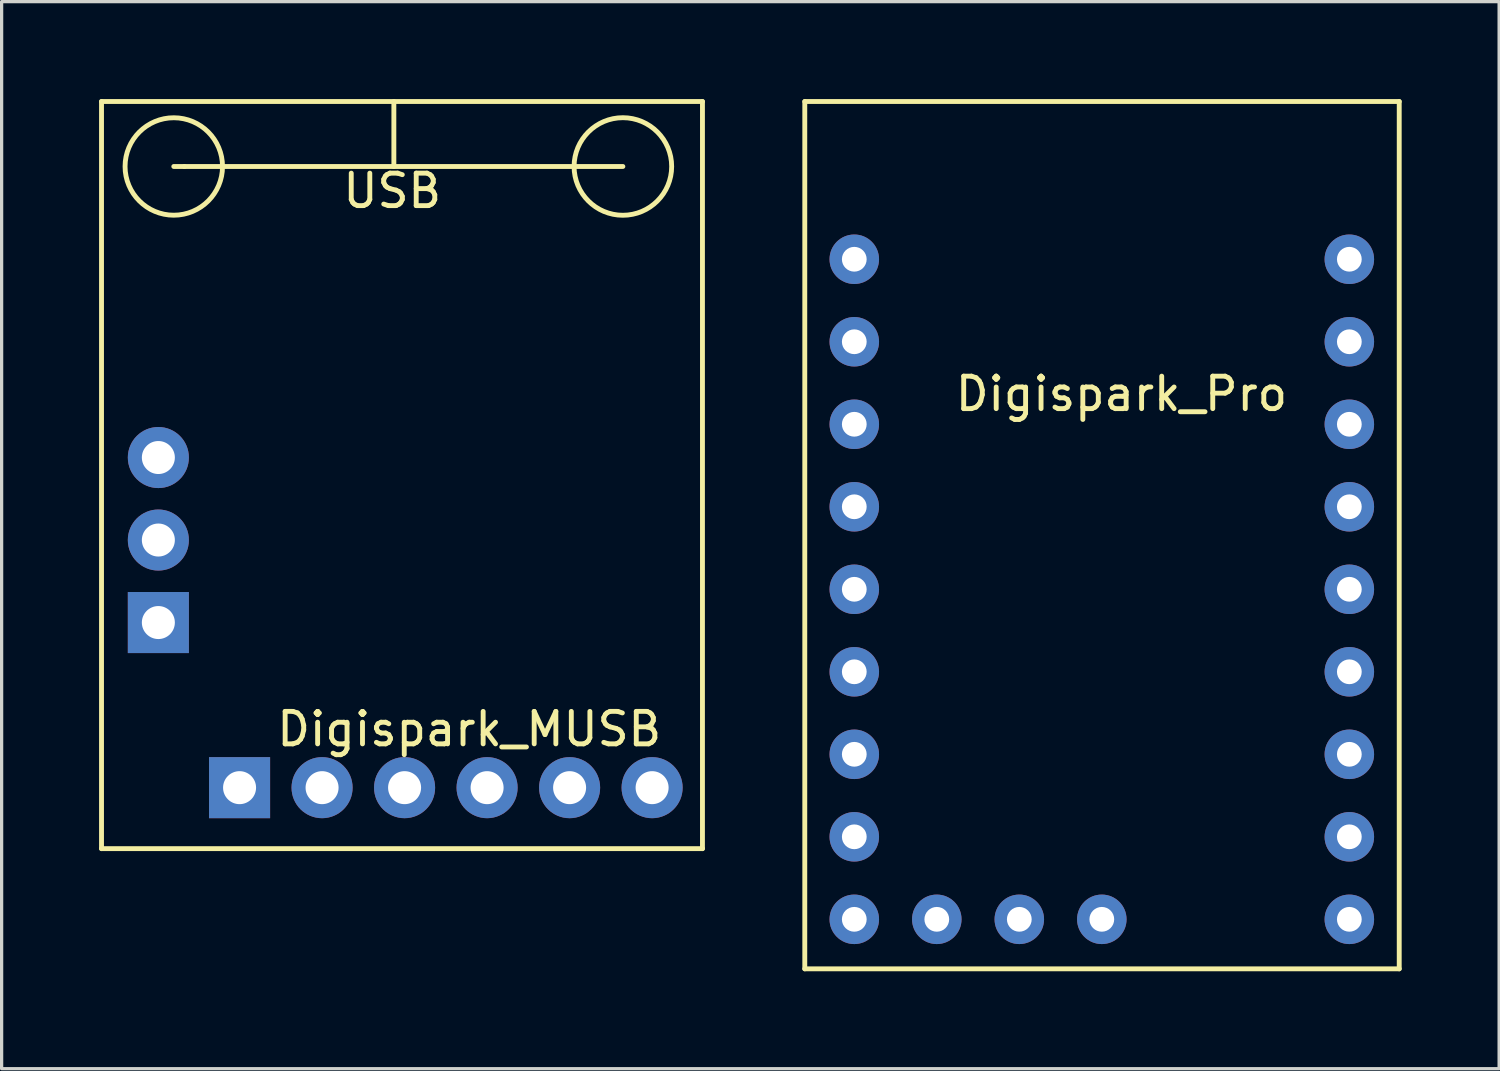
<source format=kicad_pcb>
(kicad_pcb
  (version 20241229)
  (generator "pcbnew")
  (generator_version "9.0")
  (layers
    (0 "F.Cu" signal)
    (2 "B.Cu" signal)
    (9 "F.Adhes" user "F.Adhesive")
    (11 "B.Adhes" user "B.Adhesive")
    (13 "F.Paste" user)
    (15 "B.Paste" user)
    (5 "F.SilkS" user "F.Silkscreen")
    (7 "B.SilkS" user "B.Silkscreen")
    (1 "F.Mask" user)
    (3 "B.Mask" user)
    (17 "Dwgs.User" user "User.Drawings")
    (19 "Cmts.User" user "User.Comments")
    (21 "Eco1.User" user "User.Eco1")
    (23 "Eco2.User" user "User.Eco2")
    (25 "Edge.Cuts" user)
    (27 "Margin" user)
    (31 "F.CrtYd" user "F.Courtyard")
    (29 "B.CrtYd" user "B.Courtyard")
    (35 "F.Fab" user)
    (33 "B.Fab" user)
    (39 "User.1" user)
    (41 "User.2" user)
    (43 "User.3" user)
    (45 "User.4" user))
  (footprint "Digispark_Pro"
    (layer "F.Cu")
    (at 30.825 12.525)
    (property "Reference" "Digispark_Pro" (at 0.65 -3.45 0) (layer "F.SilkS") (effects (font (size 1 1) (thickness 0.15))))
    (attr through_hole)
    (fp_line (start -9.1 -12.45) (end -9.1 14.25) (stroke (width 0.15) (type solid)) (layer "F.SilkS"))
    (fp_line (start -9.1 14.25) (end 9.2 14.25) (stroke (width 0.15) (type solid)) (layer "F.SilkS"))
    (fp_line (start 9.2 -12.45) (end -9.1 -12.45) (stroke (width 0.15) (type solid)) (layer "F.SilkS"))
    (fp_line (start 9.2 14.25) (end 9.2 -12.45) (stroke (width 0.15) (type solid)) (layer "F.SilkS"))
    (pad "0" thru_hole circle (at 7.664 10.186) (size 1.524 1.524) (drill 0.762) (layers "*.Cu" "*.Mask"))
    (pad "1" thru_hole circle (at 7.664 7.646) (size 1.524 1.524) (drill 0.762) (layers "*.Cu" "*.Mask"))
    (pad "2" thru_hole circle (at 7.664 5.106) (size 1.524 1.524) (drill 0.762) (layers "*.Cu" "*.Mask"))
    (pad "3" thru_hole circle (at 7.664 2.566) (size 1.524 1.524) (drill 0.762) (layers "*.Cu" "*.Mask"))
    (pad "4" thru_hole circle (at 7.664 0.026) (size 1.524 1.524) (drill 0.762) (layers "*.Cu" "*.Mask"))
    (pad "5" thru_hole circle (at 7.664 -2.514) (size 1.524 1.524) (drill 0.762) (layers "*.Cu" "*.Mask"))
    (pad "6" thru_hole circle (at -7.576 10.186) (size 1.524 1.524) (drill 0.762) (layers "*.Cu" "*.Mask"))
    (pad "7" thru_hole circle (at -7.576 7.646) (size 1.524 1.524) (drill 0.762) (layers "*.Cu" "*.Mask"))
    (pad "8" thru_hole circle (at -7.576 5.106) (size 1.524 1.524) (drill 0.762) (layers "*.Cu" "*.Mask"))
    (pad "9" thru_hole circle (at -7.576 2.566) (size 1.524 1.524) (drill 0.762) (layers "*.Cu" "*.Mask"))
    (pad "10" thru_hole circle (at -7.576 0.026) (size 1.524 1.524) (drill 0.762) (layers "*.Cu" "*.Mask"))
    (pad "11" thru_hole circle (at -7.576 -2.514) (size 1.524 1.524) (drill 0.762) (layers "*.Cu" "*.Mask"))
    (pad "12" thru_hole circle (at -7.576 -5.054) (size 1.524 1.524) (drill 0.762) (layers "*.Cu" "*.Mask"))
    (pad "13" thru_hole circle (at -7.576 -7.594) (size 1.524 1.524) (drill 0.762) (layers "*.Cu" "*.Mask"))
    (pad "14" thru_hole circle (at -2.496 12.726) (size 1.524 1.524) (drill 0.762) (layers "*.Cu" "*.Mask"))
    (pad "14" thru_hole circle (at 7.664 -5.054) (size 1.524 1.524) (drill 0.762) (layers "*.Cu" "*.Mask"))
    (pad "15" thru_hole circle (at 0.044 12.726) (size 1.524 1.524) (drill 0.762) (layers "*.Cu" "*.Mask"))
    (pad "15" thru_hole circle (at 7.664 -7.594) (size 1.524 1.524) (drill 0.762) (layers "*.Cu" "*.Mask"))
    (pad "16" thru_hole circle (at -7.576 12.726) (size 1.524 1.524) (drill 0.762) (layers "*.Cu" "*.Mask"))
    (pad "16" thru_hole circle (at -5.036 12.726) (size 1.524 1.524) (drill 0.762) (layers "*.Cu" "*.Mask"))
    (pad "16" thru_hole circle (at 7.664 12.726) (size 1.524 1.524) (drill 0.762) (layers "*.Cu" "*.Mask")))
  (footprint "Digispark_MUSB"
    (layer "F.Cu")
    (at 10.675 21.325)
    (property "Reference" "Digispark_MUSB" (at 0.72 -1.93 0) (layer "F.SilkS") (effects (font (size 1 1) (thickness 0.15))))
    (attr through_hole)
    (fp_line (start -10.6 -21.25) (end 7.9 -21.25) (stroke (width 0.15) (type solid)) (layer "F.SilkS"))
    (fp_line (start -10.6 1.75) (end -10.6 -21.25) (stroke (width 0.15) (type solid)) (layer "F.SilkS"))
    (fp_line (start -10.6 1.75) (end 7.9 1.75) (stroke (width 0.15) (type solid)) (layer "F.SilkS"))
    (fp_line (start -8.375 -19.25) (end -8.05 -19.25) (stroke (width 0.15) (type solid)) (layer "F.SilkS"))
    (fp_line (start -8.05 -19.25) (end 5.45 -19.25) (stroke (width 0.15) (type solid)) (layer "F.SilkS"))
    (fp_line (start -1.6 -21.25) (end -1.6 -19.25) (stroke (width 0.15) (type solid)) (layer "F.SilkS"))
    (fp_line (start 7.9 -21.25) (end 7.9 1.75) (stroke (width 0.15) (type solid)) (layer "F.SilkS"))
    (fp_circle (center -8.375 -19.25) (end -6.875 -19.25) (stroke (width 0.15) (type solid)) (fill no) (layer "F.SilkS"))
    (fp_circle (center 5.45 -19.25) (end 6.95 -19.325) (stroke (width 0.15) (type solid)) (fill no) (layer "F.SilkS"))
    (fp_text user "USB" (at -1.65 -18.5 0) (layer "F.SilkS") (effects (font (size 1 1) (thickness 0.15))))
    (pad "1" thru_hole rect (at -6.35 -0.127) (size 1.88 1.88) (drill 1.016) (layers "*.Cu" "*.Mask"))
    (pad "2" thru_hole circle (at -3.81 -0.127) (size 1.88 1.88) (drill 1.016) (layers "*.Cu" "*.Mask"))
    (pad "3" thru_hole circle (at -1.27 -0.127) (size 1.88 1.88) (drill 1.016) (layers "*.Cu" "*.Mask"))
    (pad "4" thru_hole circle (at 1.27 -0.127) (size 1.88 1.88) (drill 1.016) (layers "*.Cu" "*.Mask"))
    (pad "5" thru_hole circle (at 3.81 -0.127) (size 1.88 1.88) (drill 1.016) (layers "*.Cu" "*.Mask"))
    (pad "6" thru_hole circle (at 6.35 -0.127) (size 1.88 1.88) (drill 1.016) (layers "*.Cu" "*.Mask"))
    (pad "7" thru_hole rect (at -8.85 -5.21) (size 1.88 1.88) (drill 1.016) (layers "*.Cu" "*.Mask"))
    (pad "8" thru_hole circle (at -8.85 -7.75) (size 1.88 1.88) (drill 1.016) (layers "*.Cu" "*.Mask"))
    (pad "9" thru_hole circle (at -8.85 -10.29) (size 1.88 1.88) (drill 1.016) (layers "*.Cu" "*.Mask")))
  (gr_rect
    (start -3 -3)
    (end 43.1 29.85)
    (stroke (width 0.1) (type default))
    (fill no)
    (layer "Edge.Cuts")))
</source>
